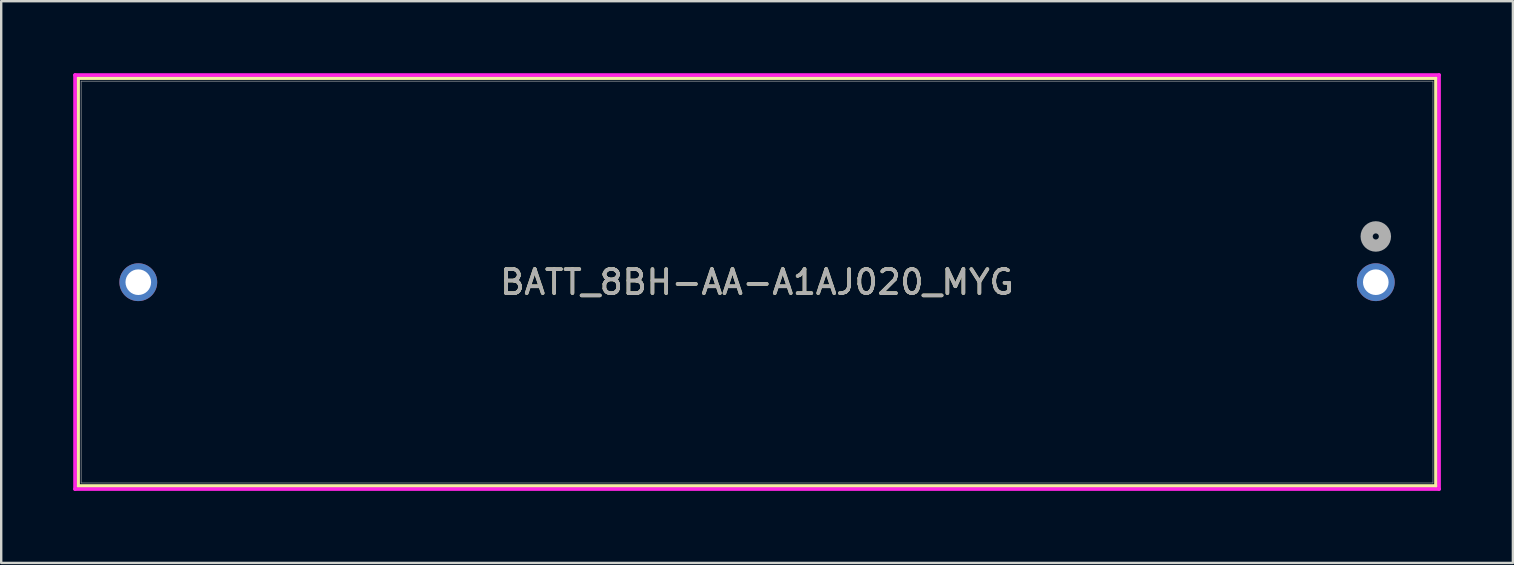
<source format=kicad_pcb>
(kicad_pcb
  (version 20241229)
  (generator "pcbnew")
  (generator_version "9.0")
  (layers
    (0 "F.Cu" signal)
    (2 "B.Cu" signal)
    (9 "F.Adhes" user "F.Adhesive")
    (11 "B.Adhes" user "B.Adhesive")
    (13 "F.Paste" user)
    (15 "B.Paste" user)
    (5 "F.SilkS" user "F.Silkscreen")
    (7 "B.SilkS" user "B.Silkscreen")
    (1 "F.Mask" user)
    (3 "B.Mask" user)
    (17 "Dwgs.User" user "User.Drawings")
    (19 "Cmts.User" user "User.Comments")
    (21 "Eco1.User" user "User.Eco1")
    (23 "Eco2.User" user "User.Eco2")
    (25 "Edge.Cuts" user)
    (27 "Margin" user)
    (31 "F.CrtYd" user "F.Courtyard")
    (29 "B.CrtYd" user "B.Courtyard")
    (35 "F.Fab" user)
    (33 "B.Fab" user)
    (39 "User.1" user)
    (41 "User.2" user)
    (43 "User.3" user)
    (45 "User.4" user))
  (footprint "BATT_8BH-AA-A1AJ020_MYG"
    (layer "F.Cu")
    (at 54.261 8.705)
    (property "Reference" "BATT_8BH-AA-A1AJ020_MYG" (at -25.775 0 0) (unlocked yes) (layer "F.SilkS") (effects (font (size 1 1) (thickness 0.15))))
    (attr through_hole)
    (fp_line (start -54.058 -8.502) (end -54.058 8.491) (stroke (width 0.152) (type solid)) (layer "F.SilkS"))
    (fp_line (start -54.058 8.491) (end 2.508 8.491) (stroke (width 0.152) (type solid)) (layer "F.SilkS"))
    (fp_line (start 2.508 -8.502) (end -54.058 -8.502) (stroke (width 0.152) (type solid)) (layer "F.SilkS"))
    (fp_line (start 2.508 8.491) (end 2.508 -8.502) (stroke (width 0.152) (type solid)) (layer "F.SilkS"))
    (fp_line (start -54.185 -8.629) (end -54.185 8.618) (stroke (width 0.152) (type solid)) (layer "F.CrtYd"))
    (fp_line (start -54.185 8.618) (end 2.635 8.618) (stroke (width 0.152) (type solid)) (layer "F.CrtYd"))
    (fp_line (start 2.635 -8.629) (end -54.185 -8.629) (stroke (width 0.152) (type solid)) (layer "F.CrtYd"))
    (fp_line (start 2.635 8.618) (end 2.635 -8.629) (stroke (width 0.152) (type solid)) (layer "F.CrtYd"))
    (fp_line (start -53.931 -8.375) (end -53.931 8.364) (stroke (width 0.025) (type solid)) (layer "F.Fab"))
    (fp_line (start -53.931 8.364) (end 2.381 8.364) (stroke (width 0.025) (type solid)) (layer "F.Fab"))
    (fp_line (start 2.381 -8.375) (end -53.931 -8.375) (stroke (width 0.025) (type solid)) (layer "F.Fab"))
    (fp_line (start 2.381 8.364) (end 2.381 -8.375) (stroke (width 0.025) (type solid)) (layer "F.Fab"))
    (fp_circle (center 0 -1.905) (end 0.381 -1.905) (stroke (width 0.508) (type solid)) (fill no) (layer "F.Fab"))
    (fp_text user "${REFERENCE}" (at -25.775 0 0) (unlocked yes) (layer "F.Fab") (effects (font (size 1 1) (thickness 0.15))))
    (pad "1" thru_hole circle (at 0 0) (size 1.575 1.575) (drill 1.067) (layers "*.Cu" "*.Mask"))
    (pad "2" thru_hole circle (at -51.55 0) (size 1.575 1.575) (drill 1.067) (layers "*.Cu" "*.Mask")))
  (gr_rect
    (start -3 -3)
    (end 59.972 20.399)
    (stroke (width 0.1) (type default))
    (fill no)
    (layer "Edge.Cuts")))
</source>
